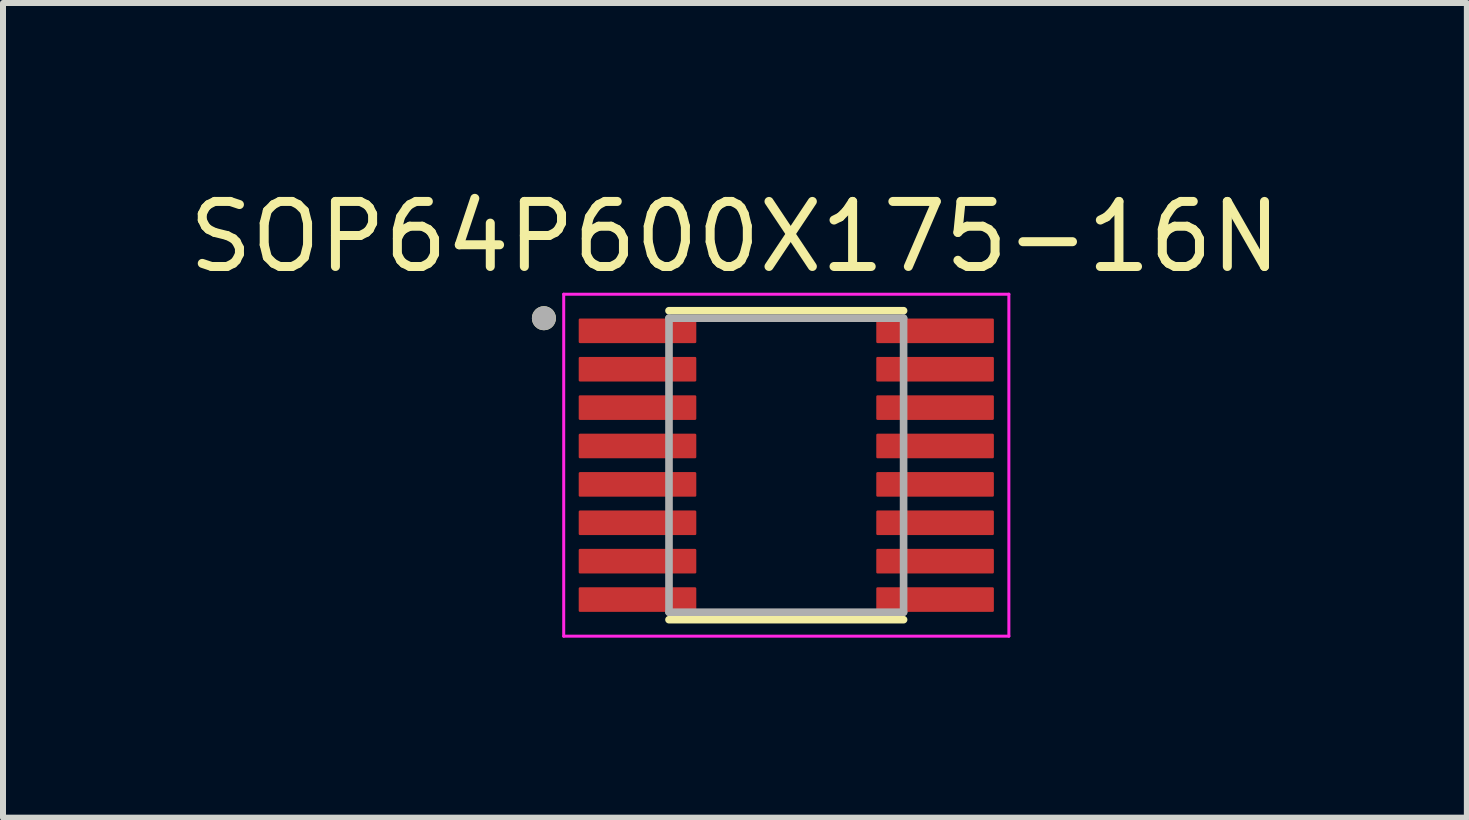
<source format=kicad_pcb>
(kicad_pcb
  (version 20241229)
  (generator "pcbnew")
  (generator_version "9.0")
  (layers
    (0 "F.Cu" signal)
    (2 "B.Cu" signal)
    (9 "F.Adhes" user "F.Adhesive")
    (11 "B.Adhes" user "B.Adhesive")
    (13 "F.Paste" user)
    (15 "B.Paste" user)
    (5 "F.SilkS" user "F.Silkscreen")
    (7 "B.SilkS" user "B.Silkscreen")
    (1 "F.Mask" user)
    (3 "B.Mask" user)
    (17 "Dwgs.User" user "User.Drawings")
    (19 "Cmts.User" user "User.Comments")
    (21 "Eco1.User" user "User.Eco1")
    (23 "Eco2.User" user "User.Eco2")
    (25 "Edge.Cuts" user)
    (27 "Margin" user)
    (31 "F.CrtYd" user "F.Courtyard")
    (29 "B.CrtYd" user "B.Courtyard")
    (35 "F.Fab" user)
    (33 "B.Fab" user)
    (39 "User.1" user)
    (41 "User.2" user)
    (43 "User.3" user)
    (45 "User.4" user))
  (footprint "SOP64P600X175-16N"
    (layer "F.Cu")
    (at 10.056 4.704)
    (property "Reference" "SOP64P600X175-16N" (at -0.856 -3.806 0) (layer "F.SilkS") (effects (font (size 1.084 1.084) (thickness 0.15))))
    (attr smd)
    (fp_line (start -1.955 -2.575) (end 1.955 -2.575) (stroke (width 0.127) (type solid)) (layer "F.SilkS"))
    (fp_line (start -1.955 2.575) (end 1.955 2.575) (stroke (width 0.127) (type solid)) (layer "F.SilkS"))
    (fp_circle (center -4.04 -2.45) (end -3.84 -2.45) (stroke (width 0) (type solid)) (fill yes) (layer "F.SilkS"))
    (fp_line (start -3.71 -2.85) (end -3.71 2.85) (stroke (width 0.05) (type solid)) (layer "F.CrtYd"))
    (fp_line (start -3.71 -2.85) (end 3.71 -2.85) (stroke (width 0.05) (type solid)) (layer "F.CrtYd"))
    (fp_line (start -3.71 2.85) (end 3.71 2.85) (stroke (width 0.05) (type solid)) (layer "F.CrtYd"))
    (fp_line (start 3.71 -2.85) (end 3.71 2.85) (stroke (width 0.05) (type solid)) (layer "F.CrtYd"))
    (fp_line (start -1.955 -2.45) (end -1.955 2.45) (stroke (width 0.127) (type solid)) (layer "F.Fab"))
    (fp_line (start -1.955 -2.45) (end 1.955 -2.45) (stroke (width 0.127) (type solid)) (layer "F.Fab"))
    (fp_line (start -1.955 2.45) (end 1.955 2.45) (stroke (width 0.127) (type solid)) (layer "F.Fab"))
    (fp_line (start 1.955 -2.45) (end 1.955 2.45) (stroke (width 0.127) (type solid)) (layer "F.Fab"))
    (fp_circle (center -4.04 -2.45) (end -3.84 -2.45) (stroke (width 0) (type solid)) (fill yes) (layer "F.Fab"))
    (pad "1" smd roundrect (at -2.48 -2.24) (size 1.96 0.41) (layers "F.Cu" "F.Mask" "F.Paste") (roundrect_rratio 0.05))
    (pad "2" smd roundrect (at -2.48 -1.6) (size 1.96 0.41) (layers "F.Cu" "F.Mask" "F.Paste") (roundrect_rratio 0.05))
    (pad "3" smd roundrect (at -2.48 -0.96) (size 1.96 0.41) (layers "F.Cu" "F.Mask" "F.Paste") (roundrect_rratio 0.05))
    (pad "4" smd roundrect (at -2.48 -0.32) (size 1.96 0.41) (layers "F.Cu" "F.Mask" "F.Paste") (roundrect_rratio 0.05))
    (pad "5" smd roundrect (at -2.48 0.32) (size 1.96 0.41) (layers "F.Cu" "F.Mask" "F.Paste") (roundrect_rratio 0.05))
    (pad "6" smd roundrect (at -2.48 0.96) (size 1.96 0.41) (layers "F.Cu" "F.Mask" "F.Paste") (roundrect_rratio 0.05))
    (pad "7" smd roundrect (at -2.48 1.6) (size 1.96 0.41) (layers "F.Cu" "F.Mask" "F.Paste") (roundrect_rratio 0.05))
    (pad "8" smd roundrect (at -2.48 2.24) (size 1.96 0.41) (layers "F.Cu" "F.Mask" "F.Paste") (roundrect_rratio 0.05))
    (pad "9" smd roundrect (at 2.48 2.24) (size 1.96 0.41) (layers "F.Cu" "F.Mask" "F.Paste") (roundrect_rratio 0.05))
    (pad "10" smd roundrect (at 2.48 1.6) (size 1.96 0.41) (layers "F.Cu" "F.Mask" "F.Paste") (roundrect_rratio 0.05))
    (pad "11" smd roundrect (at 2.48 0.96) (size 1.96 0.41) (layers "F.Cu" "F.Mask" "F.Paste") (roundrect_rratio 0.05))
    (pad "12" smd roundrect (at 2.48 0.32) (size 1.96 0.41) (layers "F.Cu" "F.Mask" "F.Paste") (roundrect_rratio 0.05))
    (pad "13" smd roundrect (at 2.48 -0.32) (size 1.96 0.41) (layers "F.Cu" "F.Mask" "F.Paste") (roundrect_rratio 0.05))
    (pad "14" smd roundrect (at 2.48 -0.96) (size 1.96 0.41) (layers "F.Cu" "F.Mask" "F.Paste") (roundrect_rratio 0.05))
    (pad "15" smd roundrect (at 2.48 -1.6) (size 1.96 0.41) (layers "F.Cu" "F.Mask" "F.Paste") (roundrect_rratio 0.05))
    (pad "16" smd roundrect (at 2.48 -2.24) (size 1.96 0.41) (layers "F.Cu" "F.Mask" "F.Paste") (roundrect_rratio 0.05)))
  (gr_rect
    (start -3 -3)
    (end 21.4 10.579)
    (stroke (width 0.1) (type default))
    (fill no)
    (layer "Edge.Cuts")))
</source>
